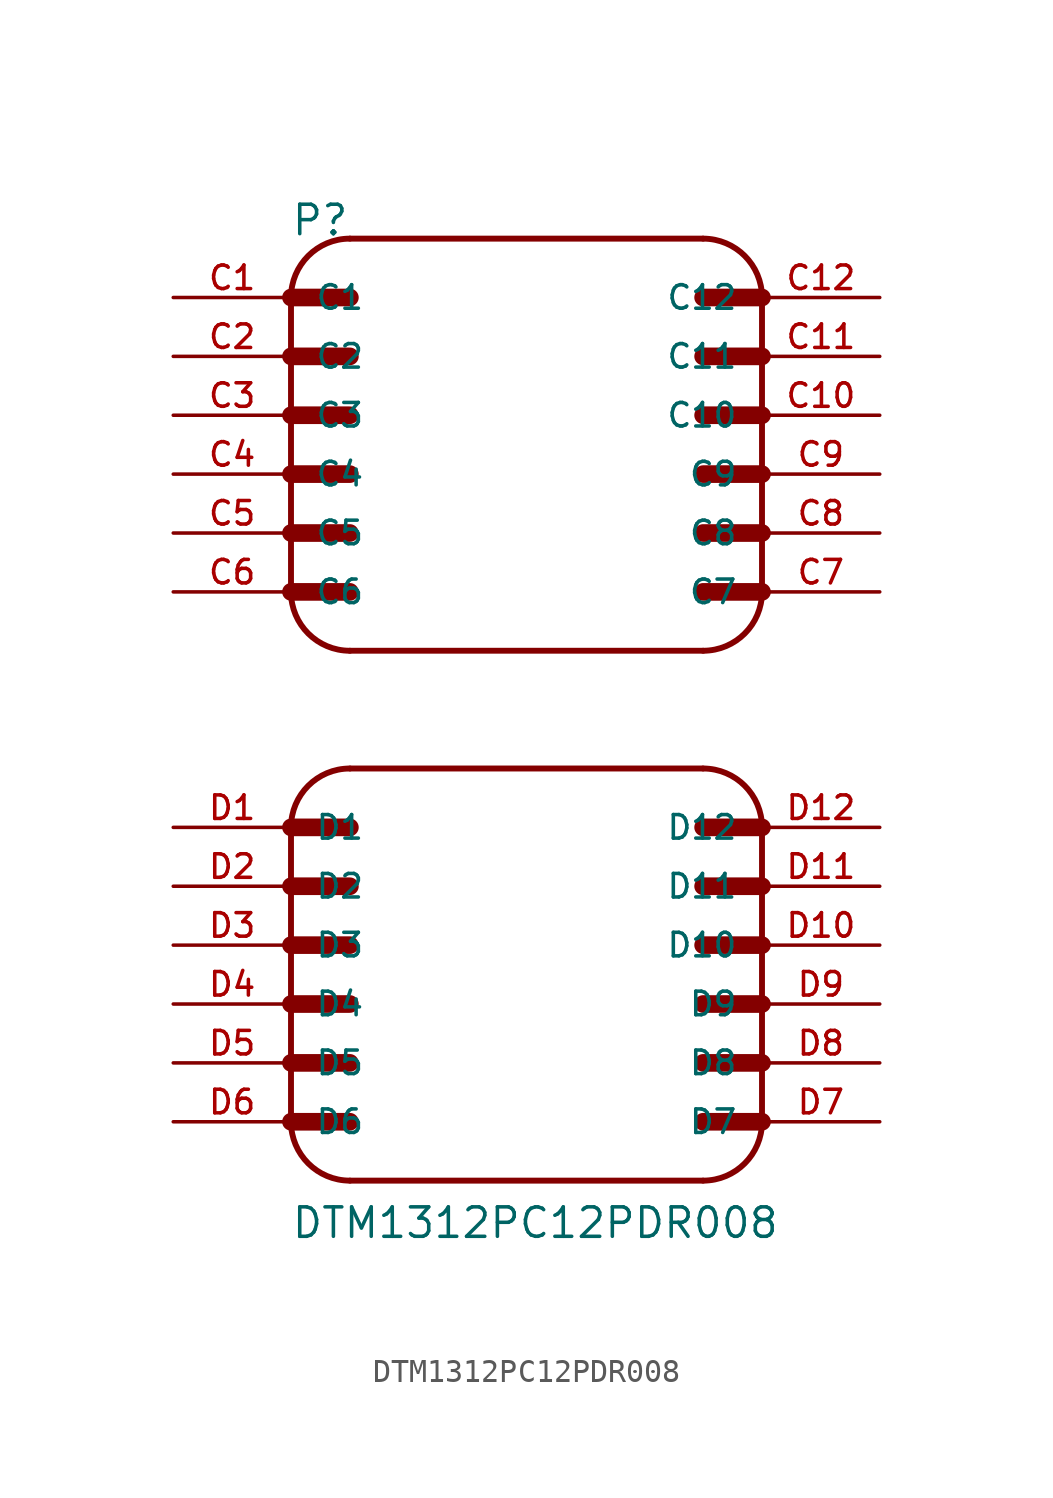
<source format=kicad_sym>
(kicad_symbol_lib
  (version 20231120)
  (generator "kicad_symbol_editor")
  (generator_version "8.0")
  (symbol "DTM1312PC12PDR008"
    (pin_names
      (offset 1.016))
    (property "Reference" "P"
      (at -10.185 20.371 0)
      (effects (font (size 1.27 1.27)) (justify left bottom)))
    (property "Value" "DTM1312PC12PDR008"
      (at -10.185 -22.885 0)
      (effects (font (size 1.27 1.27)) (justify left bottom)))
    (property "ki_locked" ""
      (at 0 0 0)
      (effects (font (size 1.27 1.27))))
    (symbol "DTM1312PC12PDR008_0_0"
      (arc (start -10.16 -17.78) (mid -9.4161 -19.5761) (end -7.62 -20.32) (stroke (width 0.254) (type solid)) (fill (type none)))
      (arc (start -10.16 5.08) (mid -9.4161 3.2839) (end -7.62 2.54) (stroke (width 0.254) (type solid)) (fill (type none)))
      (arc (start -7.62 -2.54) (mid -9.4161 -3.2839) (end -10.16 -5.08) (stroke (width 0.254) (type solid)) (fill (type none)))
      (arc (start -7.62 20.32) (mid -9.4161 19.5761) (end -10.16 17.78) (stroke (width 0.254) (type solid)) (fill (type none)))
      (polyline (pts (xy -10.16 -17.78) (xy -10.16 -15.24)) (stroke (width 0.254) (type solid)) (fill (type none)))
      (polyline (pts (xy -10.16 -17.78) (xy -7.62 -17.78)) (stroke (width 0.762) (type solid)) (fill (type none)))
      (polyline (pts (xy -10.16 -15.24) (xy -10.16 -12.7)) (stroke (width 0.254) (type solid)) (fill (type none)))
      (polyline (pts (xy -10.16 -15.24) (xy -7.62 -15.24)) (stroke (width 0.762) (type solid)) (fill (type none)))
      (polyline (pts (xy -10.16 -12.7) (xy -10.16 -10.16)) (stroke (width 0.254) (type solid)) (fill (type none)))
      (polyline (pts (xy -10.16 -12.7) (xy -7.62 -12.7)) (stroke (width 0.762) (type solid)) (fill (type none)))
      (polyline (pts (xy -10.16 -10.16) (xy -10.16 -7.62)) (stroke (width 0.254) (type solid)) (fill (type none)))
      (polyline (pts (xy -10.16 -10.16) (xy -7.62 -10.16)) (stroke (width 0.762) (type solid)) (fill (type none)))
      (polyline (pts (xy -10.16 -7.62) (xy -10.16 -5.08)) (stroke (width 0.254) (type solid)) (fill (type none)))
      (polyline (pts (xy -10.16 -7.62) (xy -7.62 -7.62)) (stroke (width 0.762) (type solid)) (fill (type none)))
      (polyline (pts (xy -10.16 -5.08) (xy -7.62 -5.08)) (stroke (width 0.762) (type solid)) (fill (type none)))
      (polyline (pts (xy -10.16 5.08) (xy -10.16 7.62)) (stroke (width 0.254) (type solid)) (fill (type none)))
      (polyline (pts (xy -10.16 5.08) (xy -7.62 5.08)) (stroke (width 0.762) (type solid)) (fill (type none)))
      (polyline (pts (xy -10.16 7.62) (xy -10.16 10.16)) (stroke (width 0.254) (type solid)) (fill (type none)))
      (polyline (pts (xy -10.16 7.62) (xy -7.62 7.62)) (stroke (width 0.762) (type solid)) (fill (type none)))
      (polyline (pts (xy -10.16 10.16) (xy -10.16 12.7)) (stroke (width 0.254) (type solid)) (fill (type none)))
      (polyline (pts (xy -10.16 10.16) (xy -7.62 10.16)) (stroke (width 0.762) (type solid)) (fill (type none)))
      (polyline (pts (xy -10.16 12.7) (xy -10.16 15.24)) (stroke (width 0.254) (type solid)) (fill (type none)))
      (polyline (pts (xy -10.16 12.7) (xy -7.62 12.7)) (stroke (width 0.762) (type solid)) (fill (type none)))
      (polyline (pts (xy -10.16 15.24) (xy -10.16 17.78)) (stroke (width 0.254) (type solid)) (fill (type none)))
      (polyline (pts (xy -10.16 15.24) (xy -7.62 15.24)) (stroke (width 0.762) (type solid)) (fill (type none)))
      (polyline (pts (xy -10.16 17.78) (xy -7.62 17.78)) (stroke (width 0.762) (type solid)) (fill (type none)))
      (polyline (pts (xy -7.62 -2.54) (xy 7.62 -2.54)) (stroke (width 0.254) (type solid)) (fill (type none)))
      (polyline (pts (xy -7.62 20.32) (xy 7.62 20.32)) (stroke (width 0.254) (type solid)) (fill (type none)))
      (polyline (pts (xy 7.62 -20.32) (xy -7.62 -20.32)) (stroke (width 0.254) (type solid)) (fill (type none)))
      (polyline (pts (xy 7.62 -17.78) (xy 10.16 -17.78)) (stroke (width 0.762) (type solid)) (fill (type none)))
      (polyline (pts (xy 7.62 -15.24) (xy 10.16 -15.24)) (stroke (width 0.762) (type solid)) (fill (type none)))
      (polyline (pts (xy 7.62 -12.7) (xy 10.16 -12.7)) (stroke (width 0.762) (type solid)) (fill (type none)))
      (polyline (pts (xy 7.62 -10.16) (xy 10.16 -10.16)) (stroke (width 0.762) (type solid)) (fill (type none)))
      (polyline (pts (xy 7.62 -7.62) (xy 10.16 -7.62)) (stroke (width 0.762) (type solid)) (fill (type none)))
      (polyline (pts (xy 7.62 -5.08) (xy 10.16 -5.08)) (stroke (width 0.762) (type solid)) (fill (type none)))
      (polyline (pts (xy 7.62 2.54) (xy -7.62 2.54)) (stroke (width 0.254) (type solid)) (fill (type none)))
      (polyline (pts (xy 7.62 5.08) (xy 10.16 5.08)) (stroke (width 0.762) (type solid)) (fill (type none)))
      (polyline (pts (xy 7.62 7.62) (xy 10.16 7.62)) (stroke (width 0.762) (type solid)) (fill (type none)))
      (polyline (pts (xy 7.62 10.16) (xy 10.16 10.16)) (stroke (width 0.762) (type solid)) (fill (type none)))
      (polyline (pts (xy 7.62 12.7) (xy 10.16 12.7)) (stroke (width 0.762) (type solid)) (fill (type none)))
      (polyline (pts (xy 7.62 15.24) (xy 10.16 15.24)) (stroke (width 0.762) (type solid)) (fill (type none)))
      (polyline (pts (xy 7.62 17.78) (xy 10.16 17.78)) (stroke (width 0.762) (type solid)) (fill (type none)))
      (polyline (pts (xy 10.16 -5.08) (xy 10.16 -17.78)) (stroke (width 0.254) (type solid)) (fill (type none)))
      (polyline (pts (xy 10.16 17.78) (xy 10.16 5.08)) (stroke (width 0.254) (type solid)) (fill (type none)))
      (arc (start 7.62 -20.32) (mid 9.4161 -19.5761) (end 10.16 -17.78) (stroke (width 0.254) (type solid)) (fill (type none)))
      (arc (start 7.62 2.54) (mid 9.4161 3.2839) (end 10.16 5.08) (stroke (width 0.254) (type solid)) (fill (type none)))
      (arc (start 10.16 -5.08) (mid 9.4161 -3.2839) (end 7.62 -2.54) (stroke (width 0.254) (type solid)) (fill (type none)))
      (arc (start 10.16 17.78) (mid 9.4161 19.5761) (end 7.62 20.32) (stroke (width 0.254) (type solid)) (fill (type none)))
      (pin passive line (at -15.24 17.78 0) (length 5.08) (name "C1" (effects (font (size 1.016 1.016)))) (number "C1" (effects (font (size 1.016 1.016)))))
      (pin passive line (at 15.24 12.7 180) (length 5.08) (name "C10" (effects (font (size 1.016 1.016)))) (number "C10" (effects (font (size 1.016 1.016)))))
      (pin passive line (at 15.24 15.24 180) (length 5.08) (name "C11" (effects (font (size 1.016 1.016)))) (number "C11" (effects (font (size 1.016 1.016)))))
      (pin passive line (at 15.24 17.78 180) (length 5.08) (name "C12" (effects (font (size 1.016 1.016)))) (number "C12" (effects (font (size 1.016 1.016)))))
      (pin passive line (at -15.24 15.24 0) (length 5.08) (name "C2" (effects (font (size 1.016 1.016)))) (number "C2" (effects (font (size 1.016 1.016)))))
      (pin passive line (at -15.24 12.7 0) (length 5.08) (name "C3" (effects (font (size 1.016 1.016)))) (number "C3" (effects (font (size 1.016 1.016)))))
      (pin passive line (at -15.24 10.16 0) (length 5.08) (name "C4" (effects (font (size 1.016 1.016)))) (number "C4" (effects (font (size 1.016 1.016)))))
      (pin passive line (at -15.24 7.62 0) (length 5.08) (name "C5" (effects (font (size 1.016 1.016)))) (number "C5" (effects (font (size 1.016 1.016)))))
      (pin passive line (at -15.24 5.08 0) (length 5.08) (name "C6" (effects (font (size 1.016 1.016)))) (number "C6" (effects (font (size 1.016 1.016)))))
      (pin passive line (at 15.24 5.08 180) (length 5.08) (name "C7" (effects (font (size 1.016 1.016)))) (number "C7" (effects (font (size 1.016 1.016)))))
      (pin passive line (at 15.24 7.62 180) (length 5.08) (name "C8" (effects (font (size 1.016 1.016)))) (number "C8" (effects (font (size 1.016 1.016)))))
      (pin passive line (at 15.24 10.16 180) (length 5.08) (name "C9" (effects (font (size 1.016 1.016)))) (number "C9" (effects (font (size 1.016 1.016)))))
      (pin passive line (at -15.24 -5.08 0) (length 5.08) (name "D1" (effects (font (size 1.016 1.016)))) (number "D1" (effects (font (size 1.016 1.016)))))
      (pin passive line (at 15.24 -10.16 180) (length 5.08) (name "D10" (effects (font (size 1.016 1.016)))) (number "D10" (effects (font (size 1.016 1.016)))))
      (pin passive line (at 15.24 -7.62 180) (length 5.08) (name "D11" (effects (font (size 1.016 1.016)))) (number "D11" (effects (font (size 1.016 1.016)))))
      (pin passive line (at 15.24 -5.08 180) (length 5.08) (name "D12" (effects (font (size 1.016 1.016)))) (number "D12" (effects (font (size 1.016 1.016)))))
      (pin passive line (at -15.24 -7.62 0) (length 5.08) (name "D2" (effects (font (size 1.016 1.016)))) (number "D2" (effects (font (size 1.016 1.016)))))
      (pin passive line (at -15.24 -10.16 0) (length 5.08) (name "D3" (effects (font (size 1.016 1.016)))) (number "D3" (effects (font (size 1.016 1.016)))))
      (pin passive line (at -15.24 -12.7 0) (length 5.08) (name "D4" (effects (font (size 1.016 1.016)))) (number "D4" (effects (font (size 1.016 1.016)))))
      (pin passive line (at -15.24 -15.24 0) (length 5.08) (name "D5" (effects (font (size 1.016 1.016)))) (number "D5" (effects (font (size 1.016 1.016)))))
      (pin passive line (at -15.24 -17.78 0) (length 5.08) (name "D6" (effects (font (size 1.016 1.016)))) (number "D6" (effects (font (size 1.016 1.016)))))
      (pin passive line (at 15.24 -17.78 180) (length 5.08) (name "D7" (effects (font (size 1.016 1.016)))) (number "D7" (effects (font (size 1.016 1.016)))))
      (pin passive line (at 15.24 -15.24 180) (length 5.08) (name "D8" (effects (font (size 1.016 1.016)))) (number "D8" (effects (font (size 1.016 1.016)))))
      (pin passive line (at 15.24 -12.7 180) (length 5.08) (name "D9" (effects (font (size 1.016 1.016)))) (number "D9" (effects (font (size 1.016 1.016))))))))
</source>
